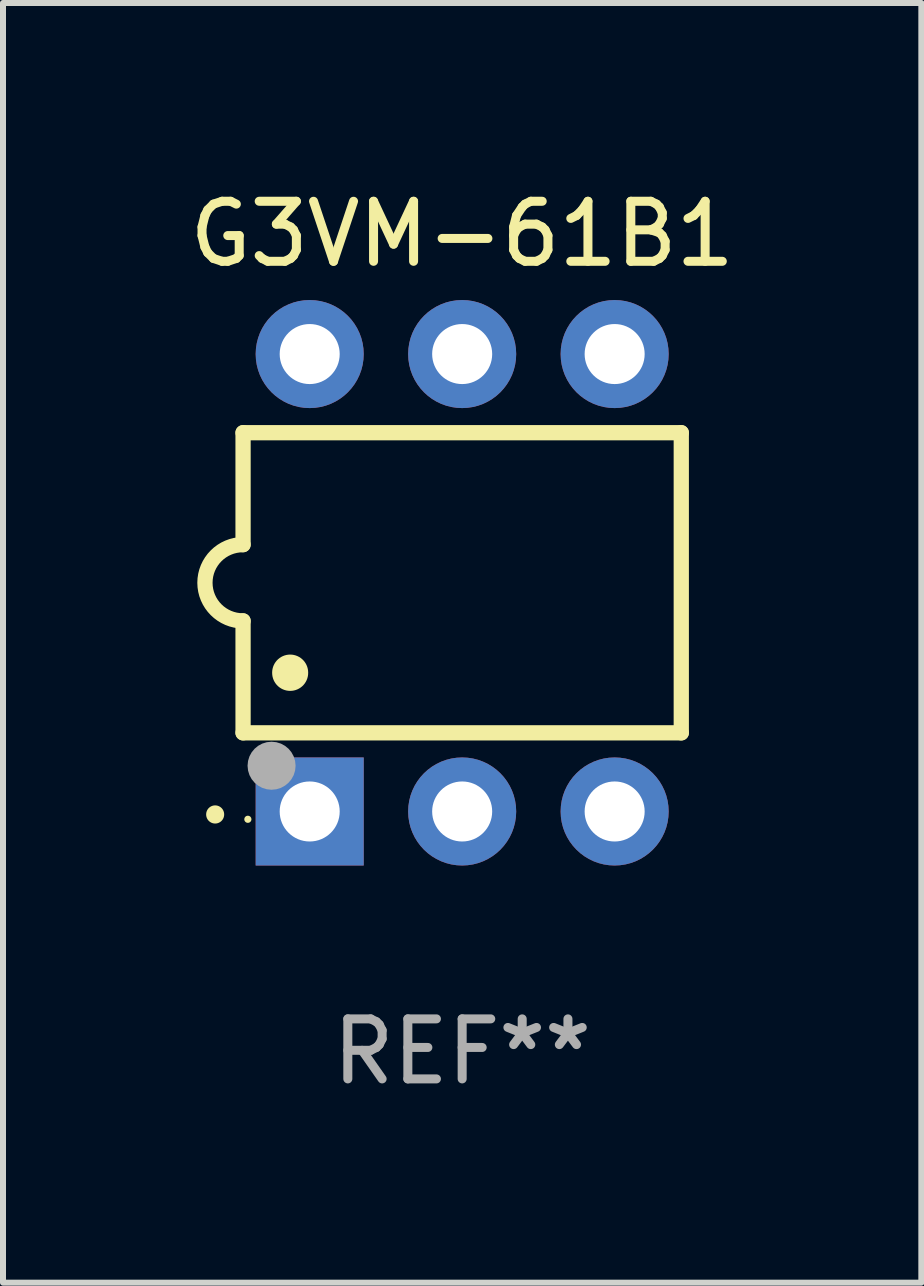
<source format=kicad_pcb>
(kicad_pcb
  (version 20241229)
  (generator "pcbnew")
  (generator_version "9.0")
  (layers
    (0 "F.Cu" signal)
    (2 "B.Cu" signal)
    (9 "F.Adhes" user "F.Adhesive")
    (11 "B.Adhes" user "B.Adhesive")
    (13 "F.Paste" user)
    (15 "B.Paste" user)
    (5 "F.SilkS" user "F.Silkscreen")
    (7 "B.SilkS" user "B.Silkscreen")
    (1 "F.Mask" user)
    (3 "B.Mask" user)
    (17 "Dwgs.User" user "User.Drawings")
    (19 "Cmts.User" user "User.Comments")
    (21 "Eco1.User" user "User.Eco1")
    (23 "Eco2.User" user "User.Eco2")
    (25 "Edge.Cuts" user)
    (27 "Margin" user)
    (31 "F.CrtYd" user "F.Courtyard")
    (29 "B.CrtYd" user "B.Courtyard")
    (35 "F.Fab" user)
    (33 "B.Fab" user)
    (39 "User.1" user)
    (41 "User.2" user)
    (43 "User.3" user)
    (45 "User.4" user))
  (footprint "G3VM-61B1"
    (layer "F.Cu")
    (at 4.649 6.658)
    (property "Reference" "G3VM-61B1" (at 0 -5.81 0) (layer "F.SilkS") (effects (font (size 1 1) (thickness 0.15))))
    (attr through_hole)
    (fp_line (start -3.65 -2.5) (end 3.65 -2.5) (stroke (width 0.254) (type solid)) (layer "F.SilkS"))
    (fp_line (start -3.65 -0.635) (end -3.65 -2.5) (stroke (width 0.254) (type solid)) (layer "F.SilkS"))
    (fp_line (start -3.65 0.635) (end -3.65 2.5) (stroke (width 0.254) (type solid)) (layer "F.SilkS"))
    (fp_line (start -3.65 2.5) (end 3.65 2.5) (stroke (width 0.254) (type solid)) (layer "F.SilkS"))
    (fp_line (start 3.65 -2.5) (end 3.65 2.5) (stroke (width 0.254) (type solid)) (layer "F.SilkS"))
    (fp_arc (start -4.114808 3.860808) (mid -4.114813 3.859538) (end -4.114808 3.858268) (stroke (width 0.3) (type solid)) (layer "F.SilkS"))
    (fp_arc (start -3.650013 0.635001) (mid -4.285014 0) (end -3.650013 -0.635001) (stroke (width 0.254001) (type solid)) (layer "F.SilkS"))
    (fp_arc (start -2.865405 1.501143) (mid -2.865416 1.498603) (end -2.865405 1.496063) (stroke (width 0.6) (type solid)) (layer "F.SilkS"))
    (fp_circle (center -3.57 3.94) (end -3.54 3.94) (stroke (width 0.06) (type solid)) (fill no) (layer "F.SilkS"))
    (fp_circle (center -3.175 3.048) (end -2.975 3.048) (stroke (width 0.4) (type solid)) (fill no) (layer "F.Fab"))
    (fp_text user "REF**" (at 0 7.81 0) (layer "F.Fab") (effects (font (size 1 1) (thickness 0.15))))
    (pad "1" thru_hole rect (at -2.54 3.81 90) (size 1.8 1.8) (drill 1) (layers "*.Cu" "*.Mask"))
    (pad "2" thru_hole circle (at 0 3.81) (size 1.8 1.8) (drill 1) (layers "*.Cu" "*.Mask"))
    (pad "3" thru_hole circle (at 2.54 3.81) (size 1.8 1.8) (drill 1) (layers "*.Cu" "*.Mask"))
    (pad "4" thru_hole circle (at 2.54 -3.81) (size 1.8 1.8) (drill 1) (layers "*.Cu" "*.Mask"))
    (pad "5" thru_hole circle (at 0 -3.81) (size 1.8 1.8) (drill 1) (layers "*.Cu" "*.Mask"))
    (pad "6" thru_hole circle (at -2.54 -3.81) (size 1.8 1.8) (drill 1) (layers "*.Cu" "*.Mask")))
  (gr_rect
    (start -3 -3)
    (end 12.298 18.317)
    (stroke (width 0.1) (type default))
    (fill no)
    (layer "Edge.Cuts")))
</source>
